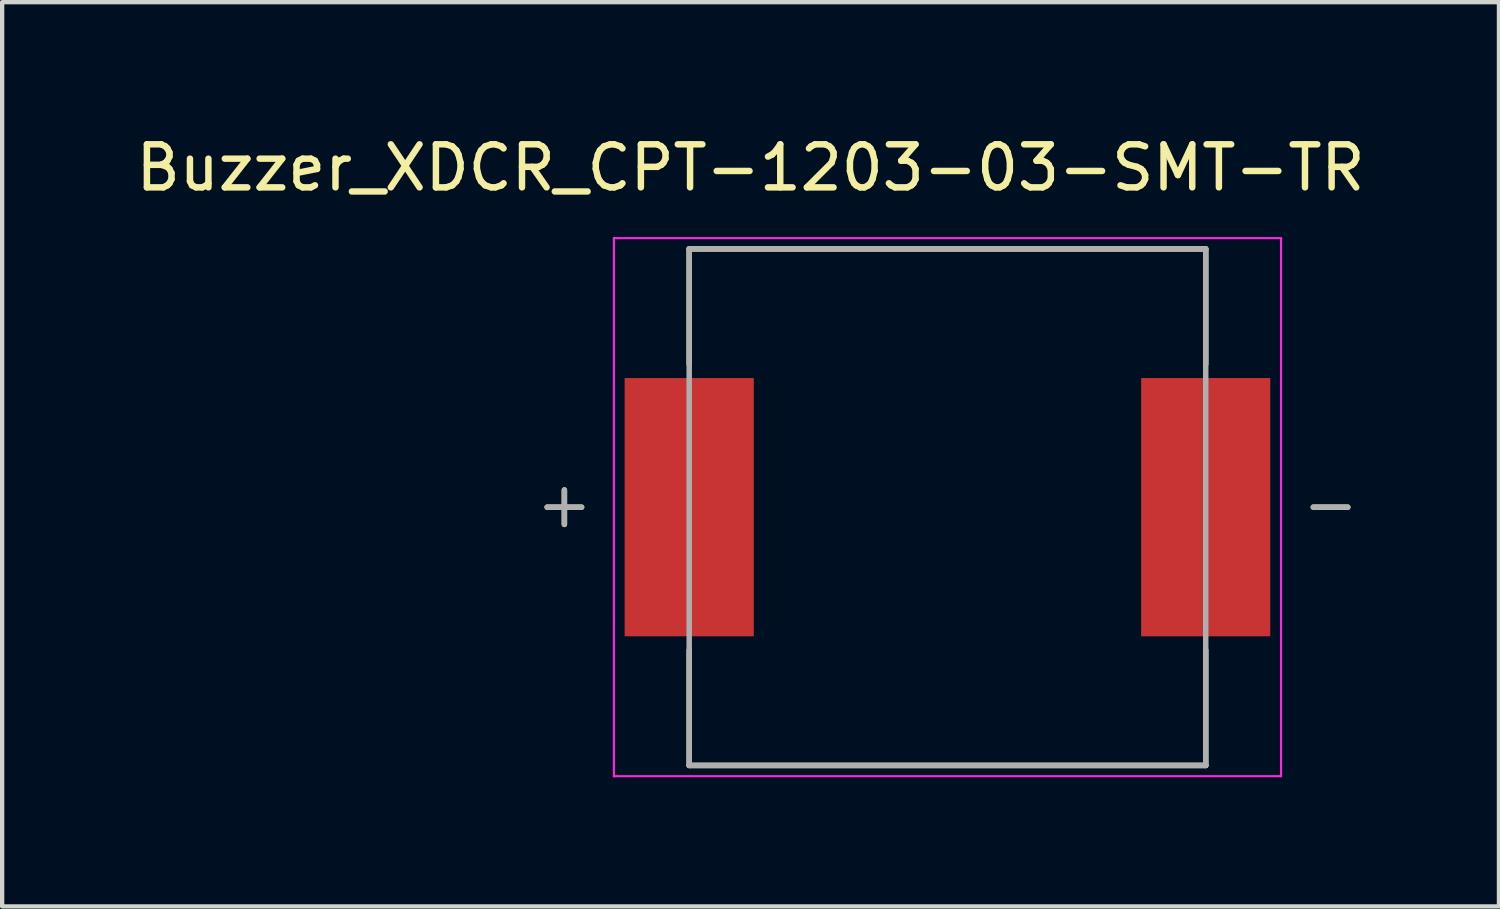
<source format=kicad_pcb>
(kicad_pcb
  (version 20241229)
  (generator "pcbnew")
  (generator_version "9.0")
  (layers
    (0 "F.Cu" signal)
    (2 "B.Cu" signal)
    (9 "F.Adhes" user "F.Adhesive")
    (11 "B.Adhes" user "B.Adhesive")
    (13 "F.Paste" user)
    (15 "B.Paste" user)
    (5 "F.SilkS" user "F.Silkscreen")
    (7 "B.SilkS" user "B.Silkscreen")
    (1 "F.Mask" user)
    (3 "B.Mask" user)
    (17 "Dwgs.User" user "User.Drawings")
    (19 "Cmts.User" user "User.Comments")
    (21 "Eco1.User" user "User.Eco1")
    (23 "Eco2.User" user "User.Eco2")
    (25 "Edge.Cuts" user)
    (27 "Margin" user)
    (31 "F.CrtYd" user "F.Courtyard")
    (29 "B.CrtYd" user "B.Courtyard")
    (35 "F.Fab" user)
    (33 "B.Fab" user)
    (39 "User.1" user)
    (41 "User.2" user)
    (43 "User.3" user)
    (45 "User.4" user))
  (footprint "Buzzer_XDCR_CPT-1203-03-SMT-TR"
    (layer "F.Cu")
    (at 18.962 8.733)
    (property "Reference" "Buzzer_XDCR_CPT-1203-03-SMT-TR" (at -4.575 -7.885 0) (layer "F.SilkS") (effects (font (size 1 1) (thickness 0.15))))
    (attr smd)
    (fp_line (start -9.3 0) (end -8.5 0) (stroke (width 0.127) (type solid)) (layer "F.SilkS"))
    (fp_line (start -8.9 -0.4) (end -8.9 0.4) (stroke (width 0.127) (type solid)) (layer "F.SilkS"))
    (fp_line (start -6 -6) (end 6 -6) (stroke (width 0.127) (type solid)) (layer "F.SilkS"))
    (fp_line (start -6 -3.32) (end -6 -6) (stroke (width 0.127) (type solid)) (layer "F.SilkS"))
    (fp_line (start -6 6) (end -6 3.32) (stroke (width 0.127) (type solid)) (layer "F.SilkS"))
    (fp_line (start 6 -6) (end 6 -3.32) (stroke (width 0.127) (type solid)) (layer "F.SilkS"))
    (fp_line (start 6 6) (end -6 6) (stroke (width 0.127) (type solid)) (layer "F.SilkS"))
    (fp_line (start 6 6) (end 6 3.32) (stroke (width 0.127) (type solid)) (layer "F.SilkS"))
    (fp_line (start 8.5 0) (end 9.3 0) (stroke (width 0.127) (type solid)) (layer "F.SilkS"))
    (fp_line (start -7.75 -6.25) (end -7.75 6.25) (stroke (width 0.05) (type solid)) (layer "F.CrtYd"))
    (fp_line (start -7.75 6.25) (end 7.75 6.25) (stroke (width 0.05) (type solid)) (layer "F.CrtYd"))
    (fp_line (start 7.75 -6.25) (end -7.75 -6.25) (stroke (width 0.05) (type solid)) (layer "F.CrtYd"))
    (fp_line (start 7.75 6.25) (end 7.75 -6.25) (stroke (width 0.05) (type solid)) (layer "F.CrtYd"))
    (fp_line (start -9.3 0) (end -8.5 0) (stroke (width 0.127) (type solid)) (layer "F.Fab"))
    (fp_line (start -8.9 -0.4) (end -8.9 0.4) (stroke (width 0.127) (type solid)) (layer "F.Fab"))
    (fp_line (start -6 -6) (end 6 -6) (stroke (width 0.127) (type solid)) (layer "F.Fab"))
    (fp_line (start -6 6) (end -6 -6) (stroke (width 0.127) (type solid)) (layer "F.Fab"))
    (fp_line (start 6 -6) (end 6 6) (stroke (width 0.127) (type solid)) (layer "F.Fab"))
    (fp_line (start 6 6) (end -6 6) (stroke (width 0.127) (type solid)) (layer "F.Fab"))
    (fp_line (start 8.5 0) (end 9.3 0) (stroke (width 0.127) (type solid)) (layer "F.Fab"))
    (pad "1" smd rect (at -6 0) (size 3 6) (layers "F.Cu" "F.Mask" "F.Paste"))
    (pad "2" smd rect (at 6 0) (size 3 6) (layers "F.Cu" "F.Mask" "F.Paste")))
  (gr_rect
    (start -3 -3)
    (end 31.774 18.008)
    (stroke (width 0.1) (type default))
    (fill no)
    (layer "Edge.Cuts")))
</source>
